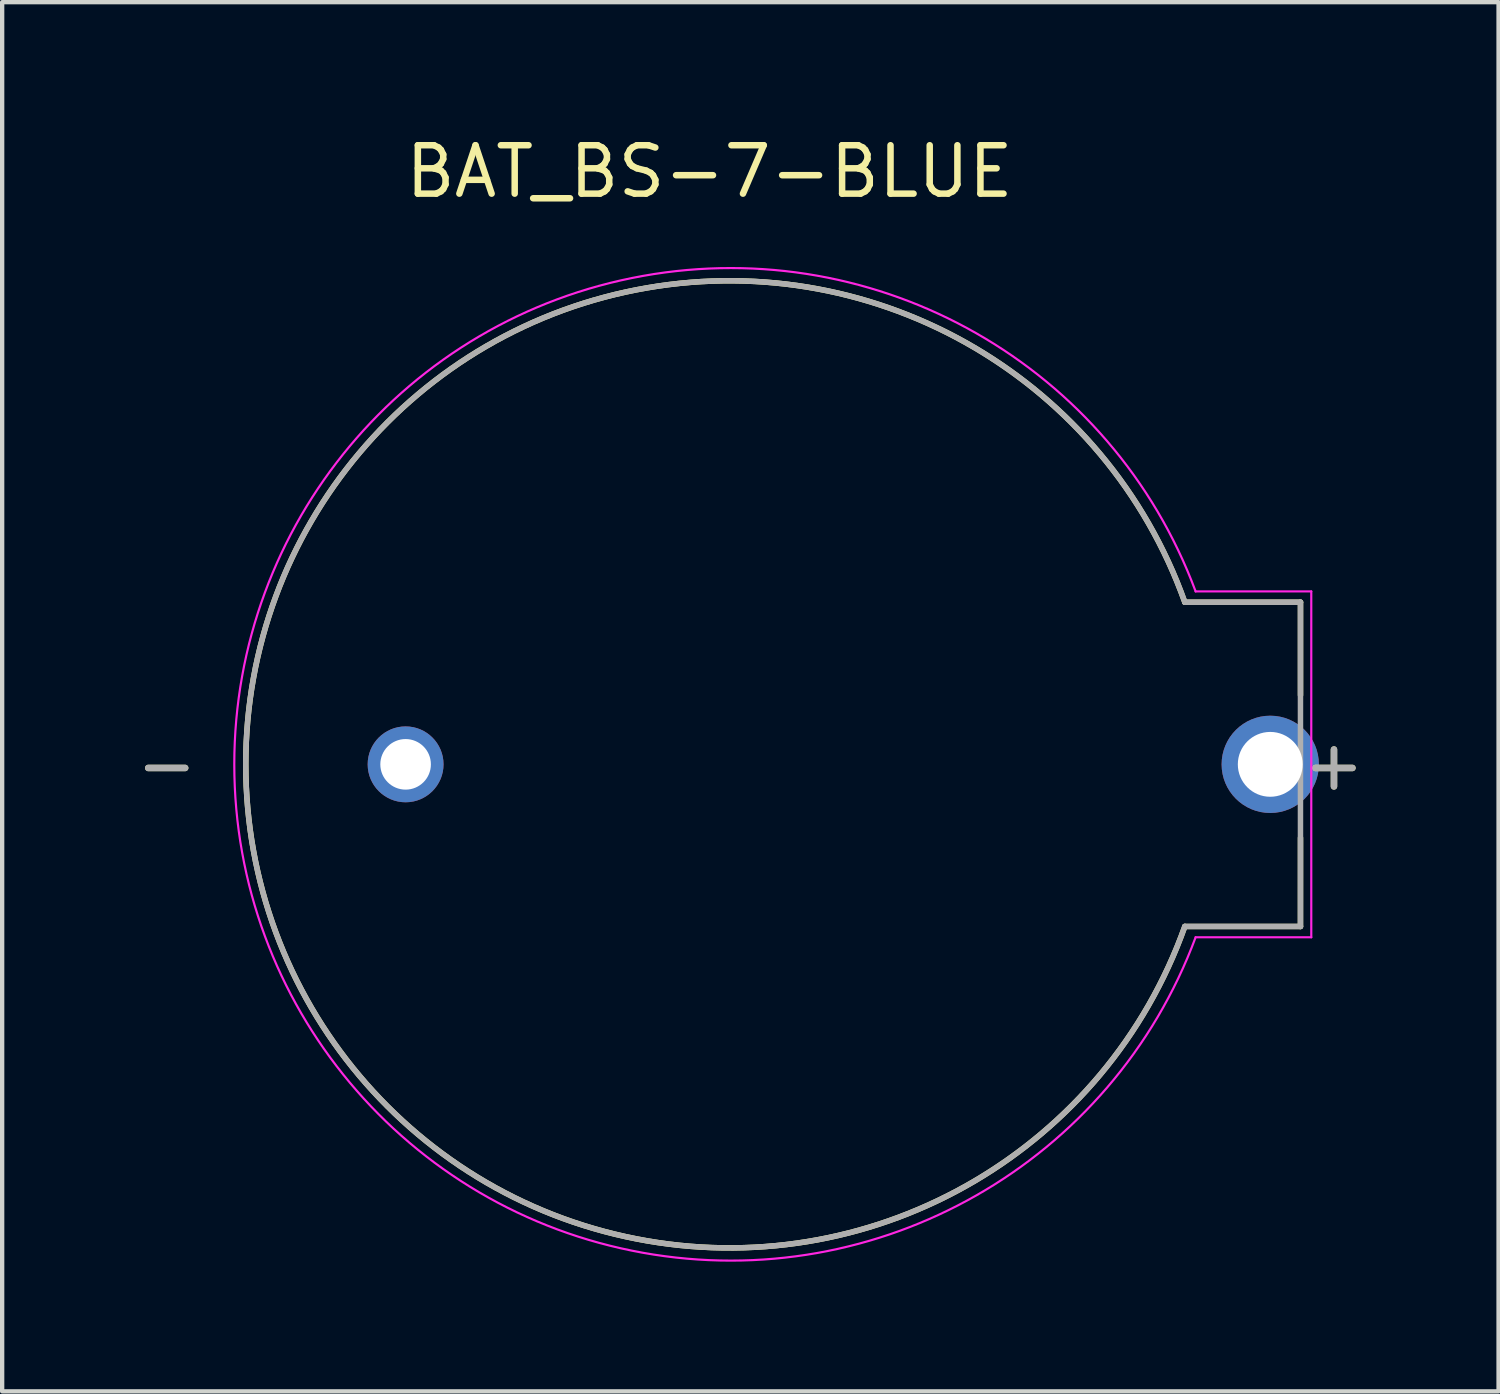
<source format=kicad_pcb>
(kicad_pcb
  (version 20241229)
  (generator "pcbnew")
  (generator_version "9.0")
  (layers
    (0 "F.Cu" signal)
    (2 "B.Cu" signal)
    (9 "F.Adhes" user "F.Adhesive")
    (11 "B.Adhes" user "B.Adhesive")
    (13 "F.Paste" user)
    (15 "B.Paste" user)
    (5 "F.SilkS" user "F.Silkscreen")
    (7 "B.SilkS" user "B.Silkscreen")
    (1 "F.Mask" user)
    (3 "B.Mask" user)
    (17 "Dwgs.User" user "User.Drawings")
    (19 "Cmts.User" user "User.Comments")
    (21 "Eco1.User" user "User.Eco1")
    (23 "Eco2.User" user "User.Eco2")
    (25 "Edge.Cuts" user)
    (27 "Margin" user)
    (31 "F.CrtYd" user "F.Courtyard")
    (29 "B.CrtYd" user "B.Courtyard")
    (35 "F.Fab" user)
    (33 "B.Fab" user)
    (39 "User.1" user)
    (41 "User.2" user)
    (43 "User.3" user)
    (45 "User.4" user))
  (footprint "BAT_BS-7-BLUE"
    (layer "F.Cu")
    (at 16.332 14.63)
    (property "Reference" "BAT_BS-7-BLUE" (at -2.97 -13.711 0) (layer "F.SilkS") (effects (font (size 1.12 1.12) (thickness 0.15))))
    (attr through_hole)
    (fp_line (start 8.024 3.75) (end 10.699 3.75) (stroke (width 0.127) (type solid)) (layer "F.SilkS"))
    (fp_line (start 10.699 3.75) (end 10.7 1.7) (stroke (width 0.127) (type solid)) (layer "F.SilkS"))
    (fp_line (start 10.7 -3.75) (end 8.024 -3.75) (stroke (width 0.127) (type solid)) (layer "F.SilkS"))
    (fp_line (start 10.7 -1.6) (end 10.7 -3.75) (stroke (width 0.127) (type solid)) (layer "F.SilkS"))
    (fp_arc (start 8.024 3.75) (mid -13.697486 0) (end 8.024 -3.75) (stroke (width 0.127) (type solid)) (layer "F.SilkS"))
    (fp_line (start 10.949 -4) (end 8.274 -4) (stroke (width 0.05) (type solid)) (layer "F.CrtYd"))
    (fp_line (start 10.949 -4) (end 10.949 4) (stroke (width 0.05) (type solid)) (layer "F.CrtYd"))
    (fp_line (start 10.949 4) (end 8.274 4) (stroke (width 0.05) (type solid)) (layer "F.CrtYd"))
    (fp_arc (start 8.274 4) (mid -13.962631 0) (end 8.274 -4) (stroke (width 0.05) (type solid)) (layer "F.CrtYd"))
    (fp_line (start 10.699 -3.75) (end 8.024 -3.75) (stroke (width 0.127) (type solid)) (layer "F.Fab"))
    (fp_line (start 10.699 -3.75) (end 10.699 3.75) (stroke (width 0.127) (type solid)) (layer "F.Fab"))
    (fp_line (start 10.699 3.75) (end 8.024 3.75) (stroke (width 0.127) (type solid)) (layer "F.Fab"))
    (fp_arc (start 8.024 3.75) (mid -13.697486 0) (end 8.024 -3.75) (stroke (width 0.127) (type solid)) (layer "F.Fab"))
    (fp_text user "-" (at -15.526 0 0) (layer "F.SilkS") (effects (font (size 1.12 1.12) (thickness 0.15))))
    (fp_text user "+" (at 11.474 0 0) (layer "F.SilkS") (effects (font (size 1.12 1.12) (thickness 0.15))))
    (fp_text user "+" (at 11.474 0 0) (layer "F.Fab") (effects (font (size 1.12 1.12) (thickness 0.15))))
    (fp_text user "-" (at -15.526 0 0) (layer "F.Fab") (effects (font (size 1.12 1.12) (thickness 0.15))))
    (pad "+" thru_hole circle (at 10 0) (size 2.25 2.25) (drill 1.5) (layers "*.Cu" "*.Mask"))
    (pad "-" thru_hole circle (at -10 0) (size 1.755 1.755) (drill 1.17) (layers "*.Cu" "*.Mask")))
  (gr_rect
    (start -3 -3)
    (end 31.613 29.133)
    (stroke (width 0.1) (type default))
    (fill no)
    (layer "Edge.Cuts")))
</source>
